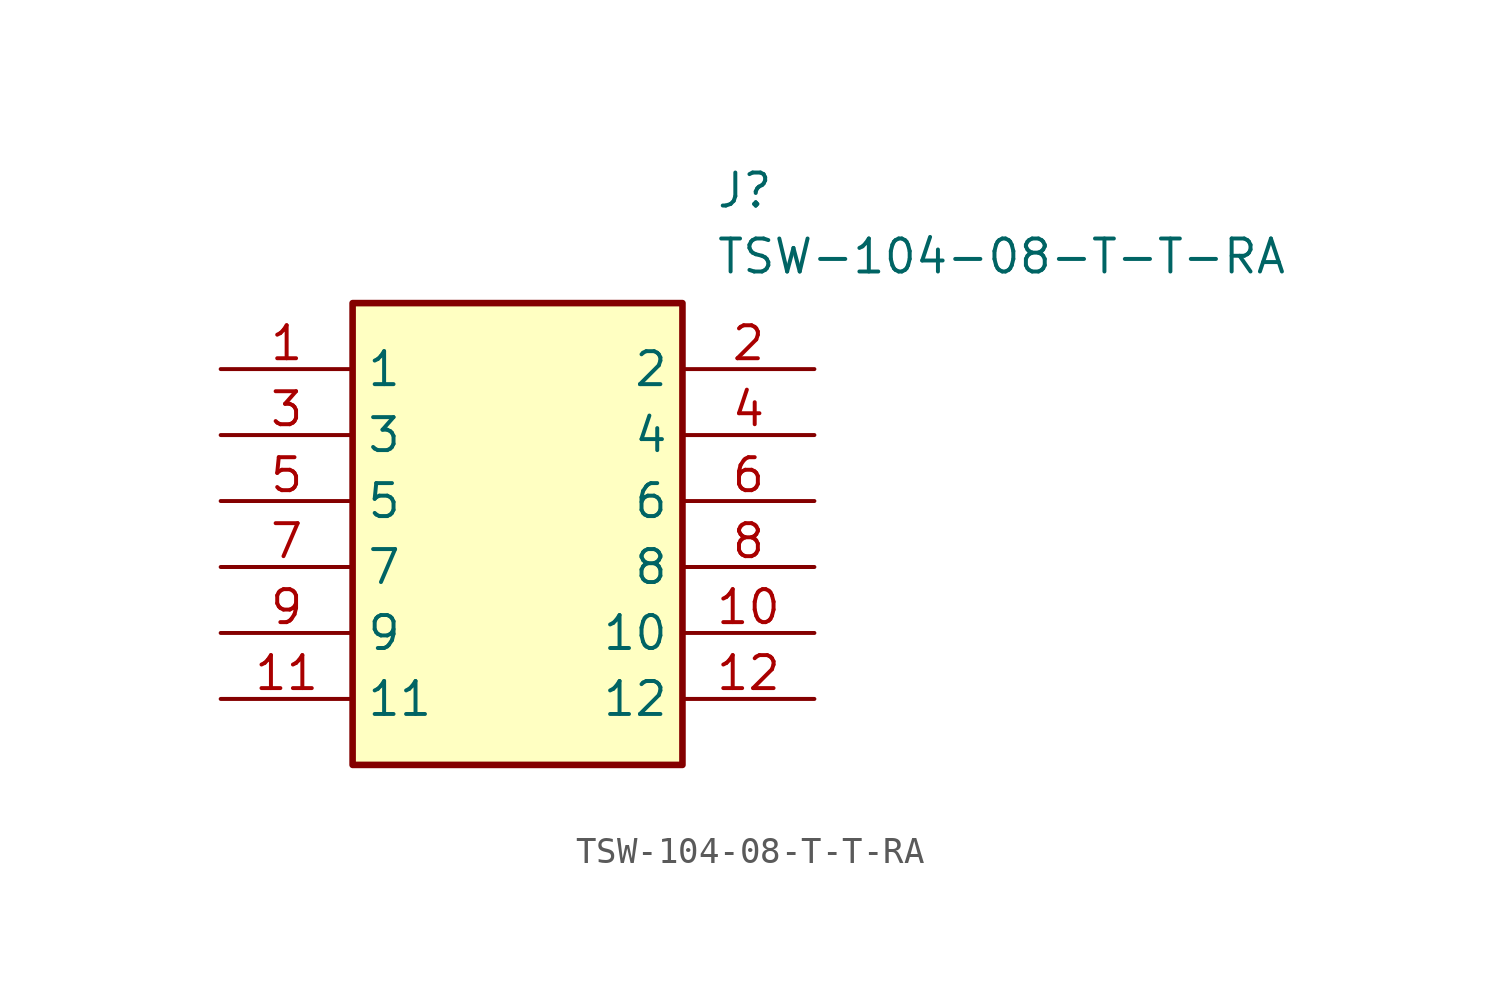
<source format=kicad_sym>
(kicad_symbol_lib
  (version 20220914)
  (generator SamacSys_ECAD_Model)
  (symbol "TSW-104-08-T-T-RA"
    (property "Reference" "J"
      (at 19.05 7.62 0)
      (effects (font (size 1.27 1.27)) (justify left top)))
    (property "Value" "TSW-104-08-T-T-RA"
      (at 19.05 5.08 0)
      (effects (font (size 1.27 1.27)) (justify left top)))
    (rectangle
      (start 5.08 2.54)
      (end 17.78 -15.24)
      (stroke (width 0.254) (type default))
      (fill (type background)))
    (pin passive line
      (at 0 0 0)
      (length 5.08)
      (name "1" (effects (font (size 1.27 1.27))))
      (number "1" (effects (font (size 1.27 1.27)))))
    (pin passive line
      (at 0 -2.54 0)
      (length 5.08)
      (name "3" (effects (font (size 1.27 1.27))))
      (number "3" (effects (font (size 1.27 1.27)))))
    (pin passive line
      (at 0 -5.08 0)
      (length 5.08)
      (name "5" (effects (font (size 1.27 1.27))))
      (number "5" (effects (font (size 1.27 1.27)))))
    (pin passive line
      (at 0 -7.62 0)
      (length 5.08)
      (name "7" (effects (font (size 1.27 1.27))))
      (number "7" (effects (font (size 1.27 1.27)))))
    (pin passive line
      (at 0 -10.16 0)
      (length 5.08)
      (name "9" (effects (font (size 1.27 1.27))))
      (number "9" (effects (font (size 1.27 1.27)))))
    (pin passive line
      (at 0 -12.7 0)
      (length 5.08)
      (name "11" (effects (font (size 1.27 1.27))))
      (number "11" (effects (font (size 1.27 1.27)))))
    (pin passive line
      (at 22.86 0 180)
      (length 5.08)
      (name "2" (effects (font (size 1.27 1.27))))
      (number "2" (effects (font (size 1.27 1.27)))))
    (pin passive line
      (at 22.86 -2.54 180)
      (length 5.08)
      (name "4" (effects (font (size 1.27 1.27))))
      (number "4" (effects (font (size 1.27 1.27)))))
    (pin passive line
      (at 22.86 -5.08 180)
      (length 5.08)
      (name "6" (effects (font (size 1.27 1.27))))
      (number "6" (effects (font (size 1.27 1.27)))))
    (pin passive line
      (at 22.86 -7.62 180)
      (length 5.08)
      (name "8" (effects (font (size 1.27 1.27))))
      (number "8" (effects (font (size 1.27 1.27)))))
    (pin passive line
      (at 22.86 -10.16 180)
      (length 5.08)
      (name "10" (effects (font (size 1.27 1.27))))
      (number "10" (effects (font (size 1.27 1.27)))))
    (pin passive line
      (at 22.86 -12.7 180)
      (length 5.08)
      (name "12" (effects (font (size 1.27 1.27))))
      (number "12" (effects (font (size 1.27 1.27)))))))
</source>
